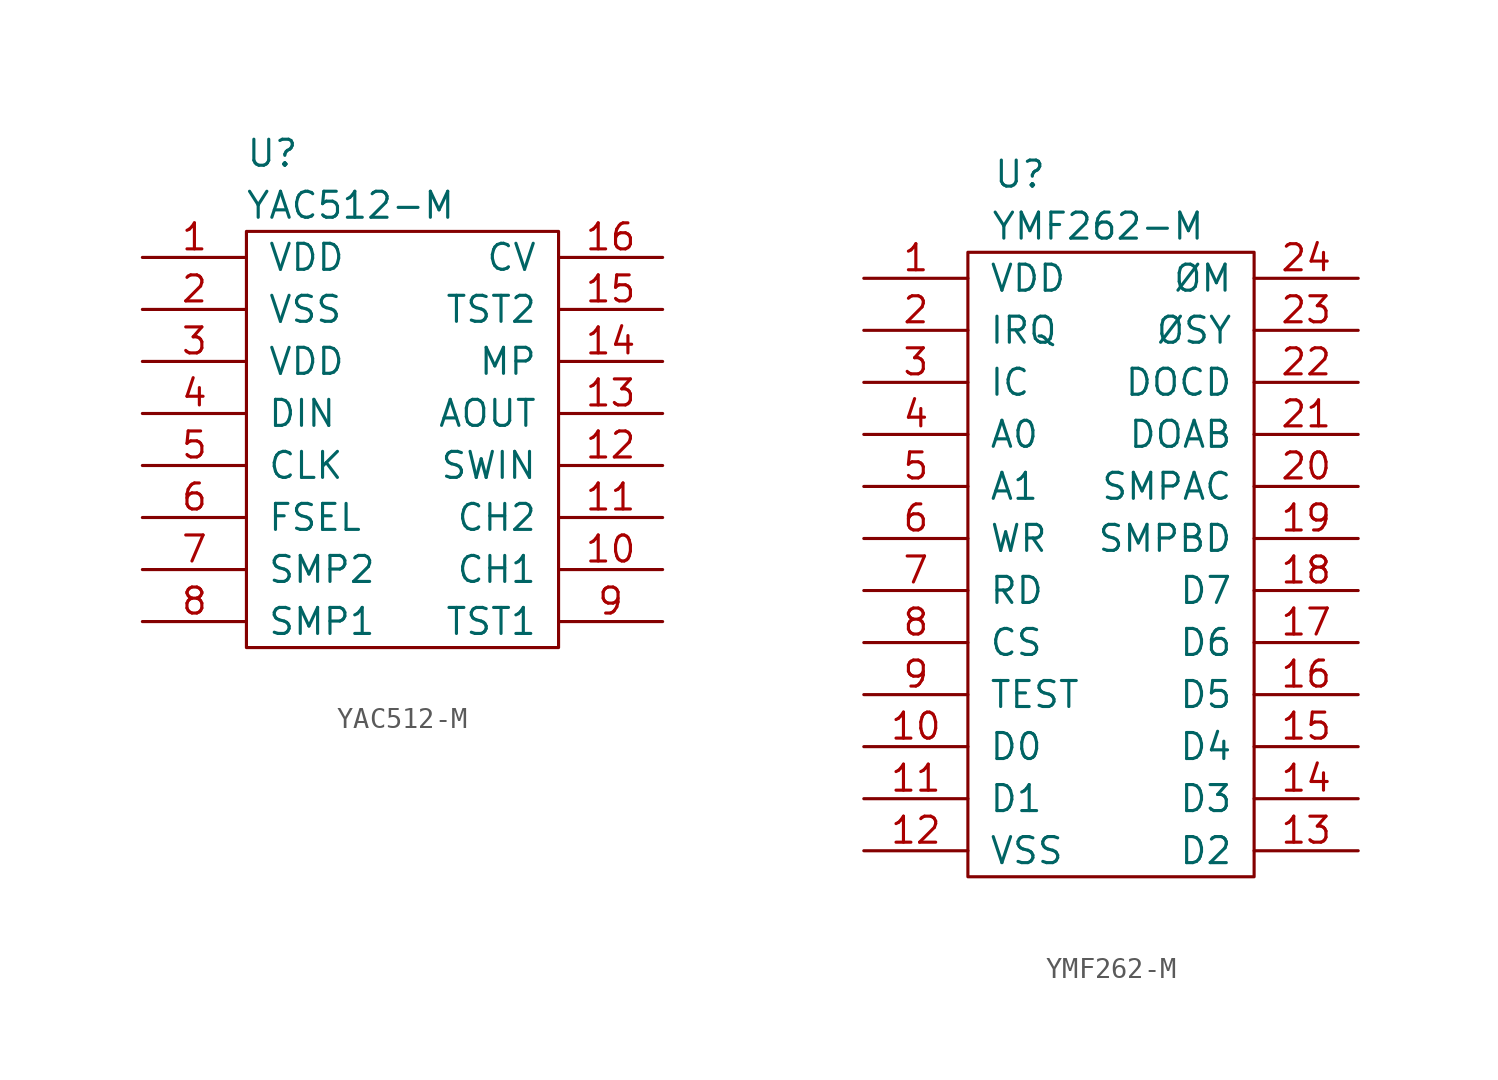
<source format=kicad_sym>
(kicad_symbol_lib
  (version 20220914)
  (generator kicad_symbol_editor)
  (symbol "YAC512-M"
    (pin_names
      (offset 1.016))
    (property "Reference" "U"
      (at 6.35 5.08 0)
      (effects (font (size 1.27 1.27))))
    (property "Value" "YAC512-M"
      (at 10.16 2.54 0)
      (effects (font (size 1.27 1.27))))
    (symbol "YAC512-M_0_1"
      (rectangle (start 5.08 1.27) (end 20.32 -19.05) (stroke (width 0) (type solid)) (fill (type none))))
    (symbol "YAC512-M_1_1"
      (pin input line (at 0 0 0) (length 5.08) (name "VDD" (effects (font (size 1.27 1.27)))) (number "1" (effects (font (size 1.27 1.27)))))
      (pin input line (at 25.4 -15.24 180) (length 5.08) (name "CH1" (effects (font (size 1.27 1.27)))) (number "10" (effects (font (size 1.27 1.27)))))
      (pin input line (at 25.4 -12.7 180) (length 5.08) (name "CH2" (effects (font (size 1.27 1.27)))) (number "11" (effects (font (size 1.27 1.27)))))
      (pin input line (at 25.4 -10.16 180) (length 5.08) (name "SWIN" (effects (font (size 1.27 1.27)))) (number "12" (effects (font (size 1.27 1.27)))))
      (pin input line (at 25.4 -7.62 180) (length 5.08) (name "AOUT" (effects (font (size 1.27 1.27)))) (number "13" (effects (font (size 1.27 1.27)))))
      (pin input line (at 25.4 -5.08 180) (length 5.08) (name "MP" (effects (font (size 1.27 1.27)))) (number "14" (effects (font (size 1.27 1.27)))))
      (pin input line (at 25.4 -2.54 180) (length 5.08) (name "TST2" (effects (font (size 1.27 1.27)))) (number "15" (effects (font (size 1.27 1.27)))))
      (pin input line (at 25.4 0 180) (length 5.08) (name "CV" (effects (font (size 1.27 1.27)))) (number "16" (effects (font (size 1.27 1.27)))))
      (pin input line (at 0 -2.54 0) (length 5.08) (name "VSS" (effects (font (size 1.27 1.27)))) (number "2" (effects (font (size 1.27 1.27)))))
      (pin input line (at 0 -5.08 0) (length 5.08) (name "VDD" (effects (font (size 1.27 1.27)))) (number "3" (effects (font (size 1.27 1.27)))))
      (pin input line (at 0 -7.62 0) (length 5.08) (name "DIN" (effects (font (size 1.27 1.27)))) (number "4" (effects (font (size 1.27 1.27)))))
      (pin input line (at 0 -10.16 0) (length 5.08) (name "CLK" (effects (font (size 1.27 1.27)))) (number "5" (effects (font (size 1.27 1.27)))))
      (pin input line (at 0 -12.7 0) (length 5.08) (name "FSEL" (effects (font (size 1.27 1.27)))) (number "6" (effects (font (size 1.27 1.27)))))
      (pin input line (at 0 -15.24 0) (length 5.08) (name "SMP2" (effects (font (size 1.27 1.27)))) (number "7" (effects (font (size 1.27 1.27)))))
      (pin input line (at 0 -17.78 0) (length 5.08) (name "SMP1" (effects (font (size 1.27 1.27)))) (number "8" (effects (font (size 1.27 1.27)))))
      (pin input line (at 25.4 -17.78 180) (length 5.08) (name "TST1" (effects (font (size 1.27 1.27)))) (number "9" (effects (font (size 1.27 1.27)))))))
  (symbol "YMF262-M"
    (pin_names
      (offset 1.016))
    (property "Reference" "U"
      (at 2.54 5.08 0)
      (effects (font (size 1.27 1.27))))
    (property "Value" "YMF262-M"
      (at 6.35 2.54 0)
      (effects (font (size 1.27 1.27))))
    (symbol "YMF262-M_0_1"
      (rectangle (start 0 1.27) (end 13.97 -29.21) (stroke (width 0) (type solid)) (fill (type none))))
    (symbol "YMF262-M_1_1"
      (pin input line (at -5.08 0 0) (length 5.08) (name "VDD" (effects (font (size 1.27 1.27)))) (number "1" (effects (font (size 1.27 1.27)))))
      (pin input line (at -5.08 -22.86 0) (length 5.08) (name "D0" (effects (font (size 1.27 1.27)))) (number "10" (effects (font (size 1.27 1.27)))))
      (pin input line (at -5.08 -25.4 0) (length 5.08) (name "D1" (effects (font (size 1.27 1.27)))) (number "11" (effects (font (size 1.27 1.27)))))
      (pin input line (at -5.08 -27.94 0) (length 5.08) (name "VSS" (effects (font (size 1.27 1.27)))) (number "12" (effects (font (size 1.27 1.27)))))
      (pin input line (at 19.05 -27.94 180) (length 5.08) (name "D2" (effects (font (size 1.27 1.27)))) (number "13" (effects (font (size 1.27 1.27)))))
      (pin input line (at 19.05 -25.4 180) (length 5.08) (name "D3" (effects (font (size 1.27 1.27)))) (number "14" (effects (font (size 1.27 1.27)))))
      (pin input line (at 19.05 -22.86 180) (length 5.08) (name "D4" (effects (font (size 1.27 1.27)))) (number "15" (effects (font (size 1.27 1.27)))))
      (pin input line (at 19.05 -20.32 180) (length 5.08) (name "D5" (effects (font (size 1.27 1.27)))) (number "16" (effects (font (size 1.27 1.27)))))
      (pin input line (at 19.05 -17.78 180) (length 5.08) (name "D6" (effects (font (size 1.27 1.27)))) (number "17" (effects (font (size 1.27 1.27)))))
      (pin input line (at 19.05 -15.24 180) (length 5.08) (name "D7" (effects (font (size 1.27 1.27)))) (number "18" (effects (font (size 1.27 1.27)))))
      (pin input line (at 19.05 -12.7 180) (length 5.08) (name "SMPBD" (effects (font (size 1.27 1.27)))) (number "19" (effects (font (size 1.27 1.27)))))
      (pin input line (at -5.08 -2.54 0) (length 5.08) (name "IRQ" (effects (font (size 1.27 1.27)))) (number "2" (effects (font (size 1.27 1.27)))))
      (pin input line (at 19.05 -10.16 180) (length 5.08) (name "SMPAC" (effects (font (size 1.27 1.27)))) (number "20" (effects (font (size 1.27 1.27)))))
      (pin input line (at 19.05 -7.62 180) (length 5.08) (name "DOAB" (effects (font (size 1.27 1.27)))) (number "21" (effects (font (size 1.27 1.27)))))
      (pin input line (at 19.05 -5.08 180) (length 5.08) (name "DOCD" (effects (font (size 1.27 1.27)))) (number "22" (effects (font (size 1.27 1.27)))))
      (pin input line (at 19.05 -2.54 180) (length 5.08) (name "ØSY" (effects (font (size 1.27 1.27)))) (number "23" (effects (font (size 1.27 1.27)))))
      (pin input line (at 19.05 0 180) (length 5.08) (name "ØM" (effects (font (size 1.27 1.27)))) (number "24" (effects (font (size 1.27 1.27)))))
      (pin input line (at -5.08 -5.08 0) (length 5.08) (name "IC" (effects (font (size 1.27 1.27)))) (number "3" (effects (font (size 1.27 1.27)))))
      (pin input line (at -5.08 -7.62 0) (length 5.08) (name "A0" (effects (font (size 1.27 1.27)))) (number "4" (effects (font (size 1.27 1.27)))))
      (pin input line (at -5.08 -10.16 0) (length 5.08) (name "A1" (effects (font (size 1.27 1.27)))) (number "5" (effects (font (size 1.27 1.27)))))
      (pin input line (at -5.08 -12.7 0) (length 5.08) (name "WR" (effects (font (size 1.27 1.27)))) (number "6" (effects (font (size 1.27 1.27)))))
      (pin input line (at -5.08 -15.24 0) (length 5.08) (name "RD" (effects (font (size 1.27 1.27)))) (number "7" (effects (font (size 1.27 1.27)))))
      (pin input line (at -5.08 -17.78 0) (length 5.08) (name "CS" (effects (font (size 1.27 1.27)))) (number "8" (effects (font (size 1.27 1.27)))))
      (pin input line (at -5.08 -20.32 0) (length 5.08) (name "TEST" (effects (font (size 1.27 1.27)))) (number "9" (effects (font (size 1.27 1.27))))))))
</source>
